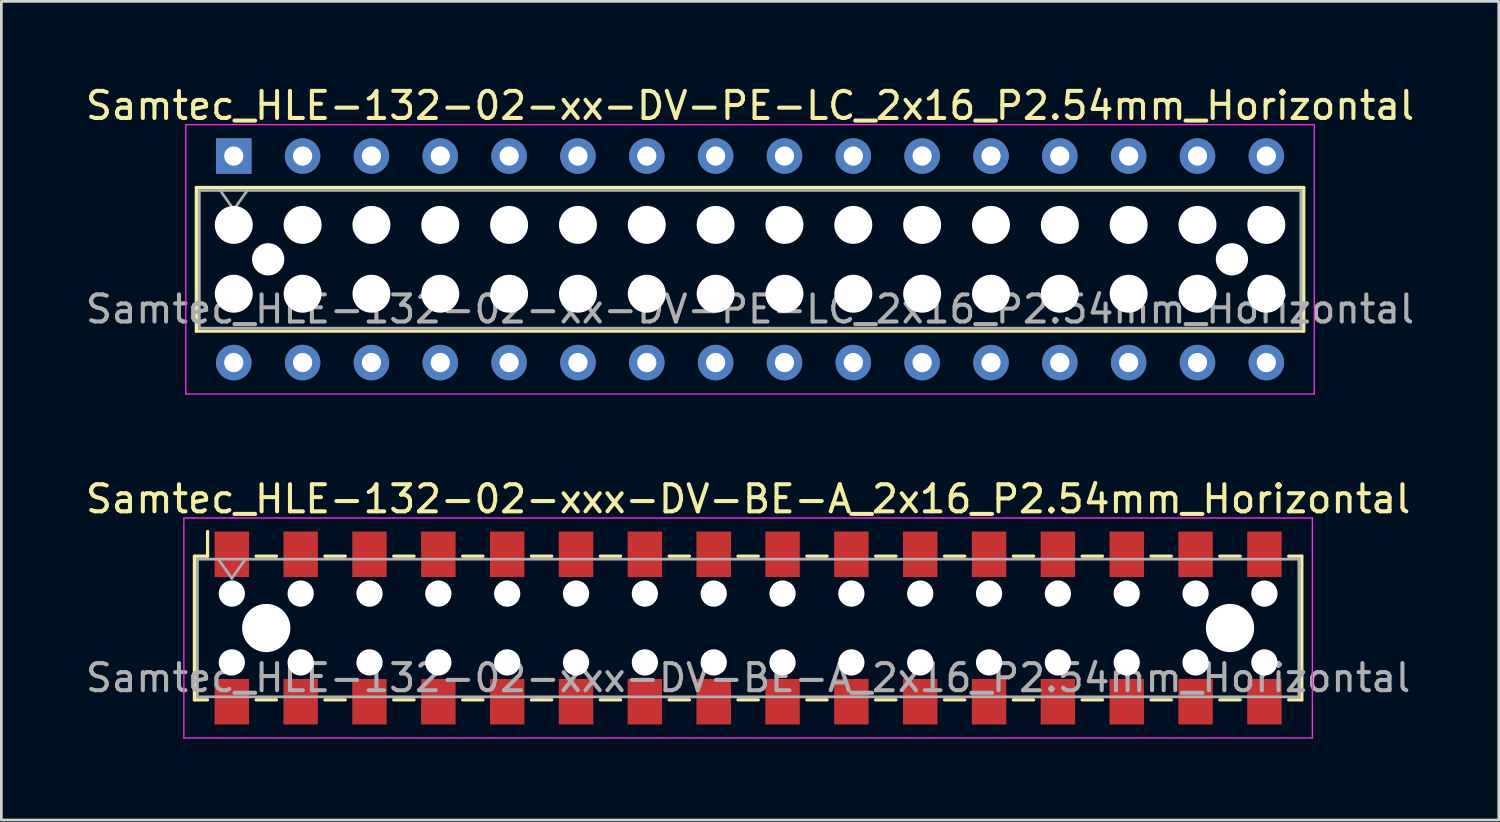
<source format=kicad_pcb>
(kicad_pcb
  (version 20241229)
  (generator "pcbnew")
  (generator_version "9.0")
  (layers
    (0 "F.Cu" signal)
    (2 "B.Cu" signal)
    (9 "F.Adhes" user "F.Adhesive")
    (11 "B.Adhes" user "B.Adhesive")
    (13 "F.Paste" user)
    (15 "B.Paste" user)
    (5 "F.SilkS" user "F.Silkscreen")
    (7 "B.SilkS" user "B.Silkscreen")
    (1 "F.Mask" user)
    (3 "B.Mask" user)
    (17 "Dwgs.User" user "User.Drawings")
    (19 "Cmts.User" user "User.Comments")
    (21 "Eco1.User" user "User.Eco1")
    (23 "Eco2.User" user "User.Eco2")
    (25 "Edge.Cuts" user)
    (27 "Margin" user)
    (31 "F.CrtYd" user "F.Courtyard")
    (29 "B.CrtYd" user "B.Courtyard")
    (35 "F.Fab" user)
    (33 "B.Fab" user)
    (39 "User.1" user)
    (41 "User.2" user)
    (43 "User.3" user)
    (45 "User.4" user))
  (footprint "Samtec_HLE-132-02-xxx-DV-BE-A_2x16_P2.54mm_Horizontal"
    (layer "F.Cu")
    (at 24.554 20.122)
    (property "Reference" "Samtec_HLE-132-02-xxx-DV-BE-A_2x16_P2.54mm_Horizontal" (at 0 -4.76 0) (layer "F.SilkS") (effects (font (size 1 1) (thickness 0.15))))
    (attr smd)
    (fp_line (start -20.43 -2.65) (end -20.43 2.65) (stroke (width 0.12) (type solid)) (layer "F.SilkS"))
    (fp_line (start -20.43 2.65) (end -19.945 2.65) (stroke (width 0.12) (type solid)) (layer "F.SilkS"))
    (fp_line (start -19.945 -3.56) (end -19.945 -2.65) (stroke (width 0.12) (type solid)) (layer "F.SilkS"))
    (fp_line (start -19.945 -2.65) (end -20.43 -2.65) (stroke (width 0.12) (type solid)) (layer "F.SilkS"))
    (fp_line (start -18.155 -2.65) (end -17.405 -2.65) (stroke (width 0.12) (type solid)) (layer "F.SilkS"))
    (fp_line (start -18.155 2.65) (end -17.405 2.65) (stroke (width 0.12) (type solid)) (layer "F.SilkS"))
    (fp_line (start -15.615 -2.65) (end -14.865 -2.65) (stroke (width 0.12) (type solid)) (layer "F.SilkS"))
    (fp_line (start -15.615 2.65) (end -14.865 2.65) (stroke (width 0.12) (type solid)) (layer "F.SilkS"))
    (fp_line (start -13.075 -2.65) (end -12.325 -2.65) (stroke (width 0.12) (type solid)) (layer "F.SilkS"))
    (fp_line (start -13.075 2.65) (end -12.325 2.65) (stroke (width 0.12) (type solid)) (layer "F.SilkS"))
    (fp_line (start -10.535 -2.65) (end -9.785 -2.65) (stroke (width 0.12) (type solid)) (layer "F.SilkS"))
    (fp_line (start -10.535 2.65) (end -9.785 2.65) (stroke (width 0.12) (type solid)) (layer "F.SilkS"))
    (fp_line (start -7.995 -2.65) (end -7.245 -2.65) (stroke (width 0.12) (type solid)) (layer "F.SilkS"))
    (fp_line (start -7.995 2.65) (end -7.245 2.65) (stroke (width 0.12) (type solid)) (layer "F.SilkS"))
    (fp_line (start -5.455 -2.65) (end -4.705 -2.65) (stroke (width 0.12) (type solid)) (layer "F.SilkS"))
    (fp_line (start -5.455 2.65) (end -4.705 2.65) (stroke (width 0.12) (type solid)) (layer "F.SilkS"))
    (fp_line (start -2.915 -2.65) (end -2.165 -2.65) (stroke (width 0.12) (type solid)) (layer "F.SilkS"))
    (fp_line (start -2.915 2.65) (end -2.165 2.65) (stroke (width 0.12) (type solid)) (layer "F.SilkS"))
    (fp_line (start -0.375 -2.65) (end 0.375 -2.65) (stroke (width 0.12) (type solid)) (layer "F.SilkS"))
    (fp_line (start -0.375 2.65) (end 0.375 2.65) (stroke (width 0.12) (type solid)) (layer "F.SilkS"))
    (fp_line (start 2.165 -2.65) (end 2.915 -2.65) (stroke (width 0.12) (type solid)) (layer "F.SilkS"))
    (fp_line (start 2.165 2.65) (end 2.915 2.65) (stroke (width 0.12) (type solid)) (layer "F.SilkS"))
    (fp_line (start 4.705 -2.65) (end 5.455 -2.65) (stroke (width 0.12) (type solid)) (layer "F.SilkS"))
    (fp_line (start 4.705 2.65) (end 5.455 2.65) (stroke (width 0.12) (type solid)) (layer "F.SilkS"))
    (fp_line (start 7.245 -2.65) (end 7.995 -2.65) (stroke (width 0.12) (type solid)) (layer "F.SilkS"))
    (fp_line (start 7.245 2.65) (end 7.995 2.65) (stroke (width 0.12) (type solid)) (layer "F.SilkS"))
    (fp_line (start 9.785 -2.65) (end 10.535 -2.65) (stroke (width 0.12) (type solid)) (layer "F.SilkS"))
    (fp_line (start 9.785 2.65) (end 10.535 2.65) (stroke (width 0.12) (type solid)) (layer "F.SilkS"))
    (fp_line (start 12.325 -2.65) (end 13.075 -2.65) (stroke (width 0.12) (type solid)) (layer "F.SilkS"))
    (fp_line (start 12.325 2.65) (end 13.075 2.65) (stroke (width 0.12) (type solid)) (layer "F.SilkS"))
    (fp_line (start 14.865 -2.65) (end 15.615 -2.65) (stroke (width 0.12) (type solid)) (layer "F.SilkS"))
    (fp_line (start 14.865 2.65) (end 15.615 2.65) (stroke (width 0.12) (type solid)) (layer "F.SilkS"))
    (fp_line (start 17.405 -2.65) (end 18.155 -2.65) (stroke (width 0.12) (type solid)) (layer "F.SilkS"))
    (fp_line (start 17.405 2.65) (end 18.155 2.65) (stroke (width 0.12) (type solid)) (layer "F.SilkS"))
    (fp_line (start 19.945 -2.65) (end 20.43 -2.65) (stroke (width 0.12) (type solid)) (layer "F.SilkS"))
    (fp_line (start 20.43 -2.65) (end 20.43 2.65) (stroke (width 0.12) (type solid)) (layer "F.SilkS"))
    (fp_line (start 20.43 2.65) (end 19.945 2.65) (stroke (width 0.12) (type solid)) (layer "F.SilkS"))
    (fp_line (start -20.82 -4.06) (end 20.82 -4.06) (stroke (width 0.05) (type solid)) (layer "F.CrtYd"))
    (fp_line (start -20.82 4.06) (end -20.82 -4.06) (stroke (width 0.05) (type solid)) (layer "F.CrtYd"))
    (fp_line (start 20.82 -4.06) (end 20.82 4.06) (stroke (width 0.05) (type solid)) (layer "F.CrtYd"))
    (fp_line (start 20.82 4.06) (end -20.82 4.06) (stroke (width 0.05) (type solid)) (layer "F.CrtYd"))
    (fp_line (start -20.32 -2.54) (end 20.32 -2.54) (stroke (width 0.1) (type solid)) (layer "F.Fab"))
    (fp_line (start -20.32 2.54) (end -20.32 -2.54) (stroke (width 0.1) (type solid)) (layer "F.Fab"))
    (fp_line (start -19.55 -2.54) (end -19.05 -1.833) (stroke (width 0.1) (type solid)) (layer "F.Fab"))
    (fp_line (start -19.05 -1.833) (end -18.55 -2.54) (stroke (width 0.1) (type solid)) (layer "F.Fab"))
    (fp_line (start 20.32 -2.54) (end 20.32 2.54) (stroke (width 0.1) (type solid)) (layer "F.Fab"))
    (fp_line (start 20.32 2.54) (end -20.32 2.54) (stroke (width 0.1) (type solid)) (layer "F.Fab"))
    (fp_text user "${REFERENCE}" (at 0 1.84 0) (layer "F.Fab") (effects (font (size 1 1) (thickness 0.15))))
    (pad "" np_thru_hole circle (at -19.05 -1.27) (size 0.97 0.97) (drill 0.97) (layers "*.Cu" "*.Mask"))
    (pad "" np_thru_hole circle (at -19.05 1.27) (size 0.97 0.97) (drill 0.97) (layers "*.Cu" "*.Mask"))
    (pad "" np_thru_hole circle (at -17.78 0) (size 1.78 1.78) (drill 1.78) (layers "*.Cu" "*.Mask"))
    (pad "" np_thru_hole circle (at -16.51 -1.27) (size 0.97 0.97) (drill 0.97) (layers "*.Cu" "*.Mask"))
    (pad "" np_thru_hole circle (at -16.51 1.27) (size 0.97 0.97) (drill 0.97) (layers "*.Cu" "*.Mask"))
    (pad "" np_thru_hole circle (at -13.97 -1.27) (size 0.97 0.97) (drill 0.97) (layers "*.Cu" "*.Mask"))
    (pad "" np_thru_hole circle (at -13.97 1.27) (size 0.97 0.97) (drill 0.97) (layers "*.Cu" "*.Mask"))
    (pad "" np_thru_hole circle (at -11.43 -1.27) (size 0.97 0.97) (drill 0.97) (layers "*.Cu" "*.Mask"))
    (pad "" np_thru_hole circle (at -11.43 1.27) (size 0.97 0.97) (drill 0.97) (layers "*.Cu" "*.Mask"))
    (pad "" np_thru_hole circle (at -8.89 -1.27) (size 0.97 0.97) (drill 0.97) (layers "*.Cu" "*.Mask"))
    (pad "" np_thru_hole circle (at -8.89 1.27) (size 0.97 0.97) (drill 0.97) (layers "*.Cu" "*.Mask"))
    (pad "" np_thru_hole circle (at -6.35 -1.27) (size 0.97 0.97) (drill 0.97) (layers "*.Cu" "*.Mask"))
    (pad "" np_thru_hole circle (at -6.35 1.27) (size 0.97 0.97) (drill 0.97) (layers "*.Cu" "*.Mask"))
    (pad "" np_thru_hole circle (at -3.81 -1.27) (size 0.97 0.97) (drill 0.97) (layers "*.Cu" "*.Mask"))
    (pad "" np_thru_hole circle (at -3.81 1.27) (size 0.97 0.97) (drill 0.97) (layers "*.Cu" "*.Mask"))
    (pad "" np_thru_hole circle (at -1.27 -1.27) (size 0.97 0.97) (drill 0.97) (layers "*.Cu" "*.Mask"))
    (pad "" np_thru_hole circle (at -1.27 1.27) (size 0.97 0.97) (drill 0.97) (layers "*.Cu" "*.Mask"))
    (pad "" np_thru_hole circle (at 1.27 -1.27) (size 0.97 0.97) (drill 0.97) (layers "*.Cu" "*.Mask"))
    (pad "" np_thru_hole circle (at 1.27 1.27) (size 0.97 0.97) (drill 0.97) (layers "*.Cu" "*.Mask"))
    (pad "" np_thru_hole circle (at 3.81 -1.27) (size 0.97 0.97) (drill 0.97) (layers "*.Cu" "*.Mask"))
    (pad "" np_thru_hole circle (at 3.81 1.27) (size 0.97 0.97) (drill 0.97) (layers "*.Cu" "*.Mask"))
    (pad "" np_thru_hole circle (at 6.35 -1.27) (size 0.97 0.97) (drill 0.97) (layers "*.Cu" "*.Mask"))
    (pad "" np_thru_hole circle (at 6.35 1.27) (size 0.97 0.97) (drill 0.97) (layers "*.Cu" "*.Mask"))
    (pad "" np_thru_hole circle (at 8.89 -1.27) (size 0.97 0.97) (drill 0.97) (layers "*.Cu" "*.Mask"))
    (pad "" np_thru_hole circle (at 8.89 1.27) (size 0.97 0.97) (drill 0.97) (layers "*.Cu" "*.Mask"))
    (pad "" np_thru_hole circle (at 11.43 -1.27) (size 0.97 0.97) (drill 0.97) (layers "*.Cu" "*.Mask"))
    (pad "" np_thru_hole circle (at 11.43 1.27) (size 0.97 0.97) (drill 0.97) (layers "*.Cu" "*.Mask"))
    (pad "" np_thru_hole circle (at 13.97 -1.27) (size 0.97 0.97) (drill 0.97) (layers "*.Cu" "*.Mask"))
    (pad "" np_thru_hole circle (at 13.97 1.27) (size 0.97 0.97) (drill 0.97) (layers "*.Cu" "*.Mask"))
    (pad "" np_thru_hole circle (at 16.51 -1.27) (size 0.97 0.97) (drill 0.97) (layers "*.Cu" "*.Mask"))
    (pad "" np_thru_hole circle (at 16.51 1.27) (size 0.97 0.97) (drill 0.97) (layers "*.Cu" "*.Mask"))
    (pad "" np_thru_hole circle (at 17.78 0) (size 1.78 1.78) (drill 1.78) (layers "*.Cu" "*.Mask"))
    (pad "" np_thru_hole circle (at 19.05 -1.27) (size 0.97 0.97) (drill 0.97) (layers "*.Cu" "*.Mask"))
    (pad "" np_thru_hole circle (at 19.05 1.27) (size 0.97 0.97) (drill 0.97) (layers "*.Cu" "*.Mask"))
    (pad "1" smd rect (at -19.05 -2.72) (size 1.27 1.68) (layers "F.Cu" "F.Mask" "F.Paste"))
    (pad "2" smd rect (at -19.05 2.72) (size 1.27 1.68) (layers "F.Cu" "F.Mask" "F.Paste"))
    (pad "3" smd rect (at -16.51 -2.72) (size 1.27 1.68) (layers "F.Cu" "F.Mask" "F.Paste"))
    (pad "4" smd rect (at -16.51 2.72) (size 1.27 1.68) (layers "F.Cu" "F.Mask" "F.Paste"))
    (pad "5" smd rect (at -13.97 -2.72) (size 1.27 1.68) (layers "F.Cu" "F.Mask" "F.Paste"))
    (pad "6" smd rect (at -13.97 2.72) (size 1.27 1.68) (layers "F.Cu" "F.Mask" "F.Paste"))
    (pad "7" smd rect (at -11.43 -2.72) (size 1.27 1.68) (layers "F.Cu" "F.Mask" "F.Paste"))
    (pad "8" smd rect (at -11.43 2.72) (size 1.27 1.68) (layers "F.Cu" "F.Mask" "F.Paste"))
    (pad "9" smd rect (at -8.89 -2.72) (size 1.27 1.68) (layers "F.Cu" "F.Mask" "F.Paste"))
    (pad "10" smd rect (at -8.89 2.72) (size 1.27 1.68) (layers "F.Cu" "F.Mask" "F.Paste"))
    (pad "11" smd rect (at -6.35 -2.72) (size 1.27 1.68) (layers "F.Cu" "F.Mask" "F.Paste"))
    (pad "12" smd rect (at -6.35 2.72) (size 1.27 1.68) (layers "F.Cu" "F.Mask" "F.Paste"))
    (pad "13" smd rect (at -3.81 -2.72) (size 1.27 1.68) (layers "F.Cu" "F.Mask" "F.Paste"))
    (pad "14" smd rect (at -3.81 2.72) (size 1.27 1.68) (layers "F.Cu" "F.Mask" "F.Paste"))
    (pad "15" smd rect (at -1.27 -2.72) (size 1.27 1.68) (layers "F.Cu" "F.Mask" "F.Paste"))
    (pad "16" smd rect (at -1.27 2.72) (size 1.27 1.68) (layers "F.Cu" "F.Mask" "F.Paste"))
    (pad "17" smd rect (at 1.27 -2.72) (size 1.27 1.68) (layers "F.Cu" "F.Mask" "F.Paste"))
    (pad "18" smd rect (at 1.27 2.72) (size 1.27 1.68) (layers "F.Cu" "F.Mask" "F.Paste"))
    (pad "19" smd rect (at 3.81 -2.72) (size 1.27 1.68) (layers "F.Cu" "F.Mask" "F.Paste"))
    (pad "20" smd rect (at 3.81 2.72) (size 1.27 1.68) (layers "F.Cu" "F.Mask" "F.Paste"))
    (pad "21" smd rect (at 6.35 -2.72) (size 1.27 1.68) (layers "F.Cu" "F.Mask" "F.Paste"))
    (pad "22" smd rect (at 6.35 2.72) (size 1.27 1.68) (layers "F.Cu" "F.Mask" "F.Paste"))
    (pad "23" smd rect (at 8.89 -2.72) (size 1.27 1.68) (layers "F.Cu" "F.Mask" "F.Paste"))
    (pad "24" smd rect (at 8.89 2.72) (size 1.27 1.68) (layers "F.Cu" "F.Mask" "F.Paste"))
    (pad "25" smd rect (at 11.43 -2.72) (size 1.27 1.68) (layers "F.Cu" "F.Mask" "F.Paste"))
    (pad "26" smd rect (at 11.43 2.72) (size 1.27 1.68) (layers "F.Cu" "F.Mask" "F.Paste"))
    (pad "27" smd rect (at 13.97 -2.72) (size 1.27 1.68) (layers "F.Cu" "F.Mask" "F.Paste"))
    (pad "28" smd rect (at 13.97 2.72) (size 1.27 1.68) (layers "F.Cu" "F.Mask" "F.Paste"))
    (pad "29" smd rect (at 16.51 -2.72) (size 1.27 1.68) (layers "F.Cu" "F.Mask" "F.Paste"))
    (pad "30" smd rect (at 16.51 2.72) (size 1.27 1.68) (layers "F.Cu" "F.Mask" "F.Paste"))
    (pad "31" smd rect (at 19.05 -2.72) (size 1.27 1.68) (layers "F.Cu" "F.Mask" "F.Paste"))
    (pad "32" smd rect (at 19.05 2.72) (size 1.27 1.68) (layers "F.Cu" "F.Mask" "F.Paste")))
  (footprint "Samtec_HLE-132-02-xx-DV-PE-LC_2x16_P2.54mm_Horizontal"
    (layer "F.Cu")
    (at 5.575 2.708)
    (property "Reference" "Samtec_HLE-132-02-xx-DV-PE-LC_2x16_P2.54mm_Horizontal" (at 19.05 -1.86 0) (layer "F.SilkS") (effects (font (size 1 1) (thickness 0.15))))
    (attr through_hole)
    (fp_line (start -1.38 1.16) (end 39.48 1.16) (stroke (width 0.12) (type solid)) (layer "F.SilkS"))
    (fp_line (start -1.38 6.46) (end -1.38 1.16) (stroke (width 0.12) (type solid)) (layer "F.SilkS"))
    (fp_line (start 39.48 1.16) (end 39.48 6.46) (stroke (width 0.12) (type solid)) (layer "F.SilkS"))
    (fp_line (start 39.48 6.46) (end -1.38 6.46) (stroke (width 0.12) (type solid)) (layer "F.SilkS"))
    (fp_line (start -1.77 -1.16) (end 39.87 -1.16) (stroke (width 0.05) (type solid)) (layer "F.CrtYd"))
    (fp_line (start -1.77 8.78) (end -1.77 -1.16) (stroke (width 0.05) (type solid)) (layer "F.CrtYd"))
    (fp_line (start 39.87 -1.16) (end 39.87 8.78) (stroke (width 0.05) (type solid)) (layer "F.CrtYd"))
    (fp_line (start 39.87 8.78) (end -1.77 8.78) (stroke (width 0.05) (type solid)) (layer "F.CrtYd"))
    (fp_line (start -1.27 1.27) (end 39.37 1.27) (stroke (width 0.1) (type solid)) (layer "F.Fab"))
    (fp_line (start -1.27 6.35) (end -1.27 1.27) (stroke (width 0.1) (type solid)) (layer "F.Fab"))
    (fp_line (start -0.5 1.27) (end 0 1.977) (stroke (width 0.1) (type solid)) (layer "F.Fab"))
    (fp_line (start 0 1.977) (end 0.5 1.27) (stroke (width 0.1) (type solid)) (layer "F.Fab"))
    (fp_line (start 39.37 1.27) (end 39.37 6.35) (stroke (width 0.1) (type solid)) (layer "F.Fab"))
    (fp_line (start 39.37 6.35) (end -1.27 6.35) (stroke (width 0.1) (type solid)) (layer "F.Fab"))
    (fp_text user "${REFERENCE}" (at 19.05 5.65 0) (layer "F.Fab") (effects (font (size 1 1) (thickness 0.15))))
    (pad "" np_thru_hole circle (at 0 2.54) (size 1.4 1.4) (drill 1.4) (layers "*.Cu" "*.Mask"))
    (pad "" np_thru_hole circle (at 0 5.08) (size 1.4 1.4) (drill 1.4) (layers "*.Cu" "*.Mask"))
    (pad "" np_thru_hole circle (at 1.27 3.81) (size 1.19 1.19) (drill 1.19) (layers "*.Cu" "*.Mask"))
    (pad "" np_thru_hole circle (at 2.54 2.54) (size 1.4 1.4) (drill 1.4) (layers "*.Cu" "*.Mask"))
    (pad "" np_thru_hole circle (at 2.54 5.08) (size 1.4 1.4) (drill 1.4) (layers "*.Cu" "*.Mask"))
    (pad "" np_thru_hole circle (at 5.08 2.54) (size 1.4 1.4) (drill 1.4) (layers "*.Cu" "*.Mask"))
    (pad "" np_thru_hole circle (at 5.08 5.08) (size 1.4 1.4) (drill 1.4) (layers "*.Cu" "*.Mask"))
    (pad "" np_thru_hole circle (at 7.62 2.54) (size 1.4 1.4) (drill 1.4) (layers "*.Cu" "*.Mask"))
    (pad "" np_thru_hole circle (at 7.62 5.08) (size 1.4 1.4) (drill 1.4) (layers "*.Cu" "*.Mask"))
    (pad "" np_thru_hole circle (at 10.16 2.54) (size 1.4 1.4) (drill 1.4) (layers "*.Cu" "*.Mask"))
    (pad "" np_thru_hole circle (at 10.16 5.08) (size 1.4 1.4) (drill 1.4) (layers "*.Cu" "*.Mask"))
    (pad "" np_thru_hole circle (at 12.7 2.54) (size 1.4 1.4) (drill 1.4) (layers "*.Cu" "*.Mask"))
    (pad "" np_thru_hole circle (at 12.7 5.08) (size 1.4 1.4) (drill 1.4) (layers "*.Cu" "*.Mask"))
    (pad "" np_thru_hole circle (at 15.24 2.54) (size 1.4 1.4) (drill 1.4) (layers "*.Cu" "*.Mask"))
    (pad "" np_thru_hole circle (at 15.24 5.08) (size 1.4 1.4) (drill 1.4) (layers "*.Cu" "*.Mask"))
    (pad "" np_thru_hole circle (at 17.78 2.54) (size 1.4 1.4) (drill 1.4) (layers "*.Cu" "*.Mask"))
    (pad "" np_thru_hole circle (at 17.78 5.08) (size 1.4 1.4) (drill 1.4) (layers "*.Cu" "*.Mask"))
    (pad "" np_thru_hole circle (at 20.32 2.54) (size 1.4 1.4) (drill 1.4) (layers "*.Cu" "*.Mask"))
    (pad "" np_thru_hole circle (at 20.32 5.08) (size 1.4 1.4) (drill 1.4) (layers "*.Cu" "*.Mask"))
    (pad "" np_thru_hole circle (at 22.86 2.54) (size 1.4 1.4) (drill 1.4) (layers "*.Cu" "*.Mask"))
    (pad "" np_thru_hole circle (at 22.86 5.08) (size 1.4 1.4) (drill 1.4) (layers "*.Cu" "*.Mask"))
    (pad "" np_thru_hole circle (at 25.4 2.54) (size 1.4 1.4) (drill 1.4) (layers "*.Cu" "*.Mask"))
    (pad "" np_thru_hole circle (at 25.4 5.08) (size 1.4 1.4) (drill 1.4) (layers "*.Cu" "*.Mask"))
    (pad "" np_thru_hole circle (at 27.94 2.54) (size 1.4 1.4) (drill 1.4) (layers "*.Cu" "*.Mask"))
    (pad "" np_thru_hole circle (at 27.94 5.08) (size 1.4 1.4) (drill 1.4) (layers "*.Cu" "*.Mask"))
    (pad "" np_thru_hole circle (at 30.48 2.54) (size 1.4 1.4) (drill 1.4) (layers "*.Cu" "*.Mask"))
    (pad "" np_thru_hole circle (at 30.48 5.08) (size 1.4 1.4) (drill 1.4) (layers "*.Cu" "*.Mask"))
    (pad "" np_thru_hole circle (at 33.02 2.54) (size 1.4 1.4) (drill 1.4) (layers "*.Cu" "*.Mask"))
    (pad "" np_thru_hole circle (at 33.02 5.08) (size 1.4 1.4) (drill 1.4) (layers "*.Cu" "*.Mask"))
    (pad "" np_thru_hole circle (at 35.56 2.54) (size 1.4 1.4) (drill 1.4) (layers "*.Cu" "*.Mask"))
    (pad "" np_thru_hole circle (at 35.56 5.08) (size 1.4 1.4) (drill 1.4) (layers "*.Cu" "*.Mask"))
    (pad "" np_thru_hole circle (at 36.83 3.81) (size 1.19 1.19) (drill 1.19) (layers "*.Cu" "*.Mask"))
    (pad "" np_thru_hole circle (at 38.1 2.54) (size 1.4 1.4) (drill 1.4) (layers "*.Cu" "*.Mask"))
    (pad "" np_thru_hole circle (at 38.1 5.08) (size 1.4 1.4) (drill 1.4) (layers "*.Cu" "*.Mask"))
    (pad "1" thru_hole rect (at 0 0) (size 1.31 1.31) (drill 0.71) (layers "*.Cu" "*.Mask"))
    (pad "2" thru_hole circle (at 0 7.62) (size 1.31 1.31) (drill 0.71) (layers "*.Cu" "*.Mask"))
    (pad "3" thru_hole circle (at 2.54 0) (size 1.31 1.31) (drill 0.71) (layers "*.Cu" "*.Mask"))
    (pad "4" thru_hole circle (at 2.54 7.62) (size 1.31 1.31) (drill 0.71) (layers "*.Cu" "*.Mask"))
    (pad "5" thru_hole circle (at 5.08 0) (size 1.31 1.31) (drill 0.71) (layers "*.Cu" "*.Mask"))
    (pad "6" thru_hole circle (at 5.08 7.62) (size 1.31 1.31) (drill 0.71) (layers "*.Cu" "*.Mask"))
    (pad "7" thru_hole circle (at 7.62 0) (size 1.31 1.31) (drill 0.71) (layers "*.Cu" "*.Mask"))
    (pad "8" thru_hole circle (at 7.62 7.62) (size 1.31 1.31) (drill 0.71) (layers "*.Cu" "*.Mask"))
    (pad "9" thru_hole circle (at 10.16 0) (size 1.31 1.31) (drill 0.71) (layers "*.Cu" "*.Mask"))
    (pad "10" thru_hole circle (at 10.16 7.62) (size 1.31 1.31) (drill 0.71) (layers "*.Cu" "*.Mask"))
    (pad "11" thru_hole circle (at 12.7 0) (size 1.31 1.31) (drill 0.71) (layers "*.Cu" "*.Mask"))
    (pad "12" thru_hole circle (at 12.7 7.62) (size 1.31 1.31) (drill 0.71) (layers "*.Cu" "*.Mask"))
    (pad "13" thru_hole circle (at 15.24 0) (size 1.31 1.31) (drill 0.71) (layers "*.Cu" "*.Mask"))
    (pad "14" thru_hole circle (at 15.24 7.62) (size 1.31 1.31) (drill 0.71) (layers "*.Cu" "*.Mask"))
    (pad "15" thru_hole circle (at 17.78 0) (size 1.31 1.31) (drill 0.71) (layers "*.Cu" "*.Mask"))
    (pad "16" thru_hole circle (at 17.78 7.62) (size 1.31 1.31) (drill 0.71) (layers "*.Cu" "*.Mask"))
    (pad "17" thru_hole circle (at 20.32 0) (size 1.31 1.31) (drill 0.71) (layers "*.Cu" "*.Mask"))
    (pad "18" thru_hole circle (at 20.32 7.62) (size 1.31 1.31) (drill 0.71) (layers "*.Cu" "*.Mask"))
    (pad "19" thru_hole circle (at 22.86 0) (size 1.31 1.31) (drill 0.71) (layers "*.Cu" "*.Mask"))
    (pad "20" thru_hole circle (at 22.86 7.62) (size 1.31 1.31) (drill 0.71) (layers "*.Cu" "*.Mask"))
    (pad "21" thru_hole circle (at 25.4 0) (size 1.31 1.31) (drill 0.71) (layers "*.Cu" "*.Mask"))
    (pad "22" thru_hole circle (at 25.4 7.62) (size 1.31 1.31) (drill 0.71) (layers "*.Cu" "*.Mask"))
    (pad "23" thru_hole circle (at 27.94 0) (size 1.31 1.31) (drill 0.71) (layers "*.Cu" "*.Mask"))
    (pad "24" thru_hole circle (at 27.94 7.62) (size 1.31 1.31) (drill 0.71) (layers "*.Cu" "*.Mask"))
    (pad "25" thru_hole circle (at 30.48 0) (size 1.31 1.31) (drill 0.71) (layers "*.Cu" "*.Mask"))
    (pad "26" thru_hole circle (at 30.48 7.62) (size 1.31 1.31) (drill 0.71) (layers "*.Cu" "*.Mask"))
    (pad "27" thru_hole circle (at 33.02 0) (size 1.31 1.31) (drill 0.71) (layers "*.Cu" "*.Mask"))
    (pad "28" thru_hole circle (at 33.02 7.62) (size 1.31 1.31) (drill 0.71) (layers "*.Cu" "*.Mask"))
    (pad "29" thru_hole circle (at 35.56 0) (size 1.31 1.31) (drill 0.71) (layers "*.Cu" "*.Mask"))
    (pad "30" thru_hole circle (at 35.56 7.62) (size 1.31 1.31) (drill 0.71) (layers "*.Cu" "*.Mask"))
    (pad "31" thru_hole circle (at 38.1 0) (size 1.31 1.31) (drill 0.71) (layers "*.Cu" "*.Mask"))
    (pad "32" thru_hole circle (at 38.1 7.62) (size 1.31 1.31) (drill 0.71) (layers "*.Cu" "*.Mask")))
  (gr_rect
    (start -3 -3)
    (end 52.25 27.206)
    (stroke (width 0.1) (type default))
    (fill no)
    (layer "Edge.Cuts")))
</source>
